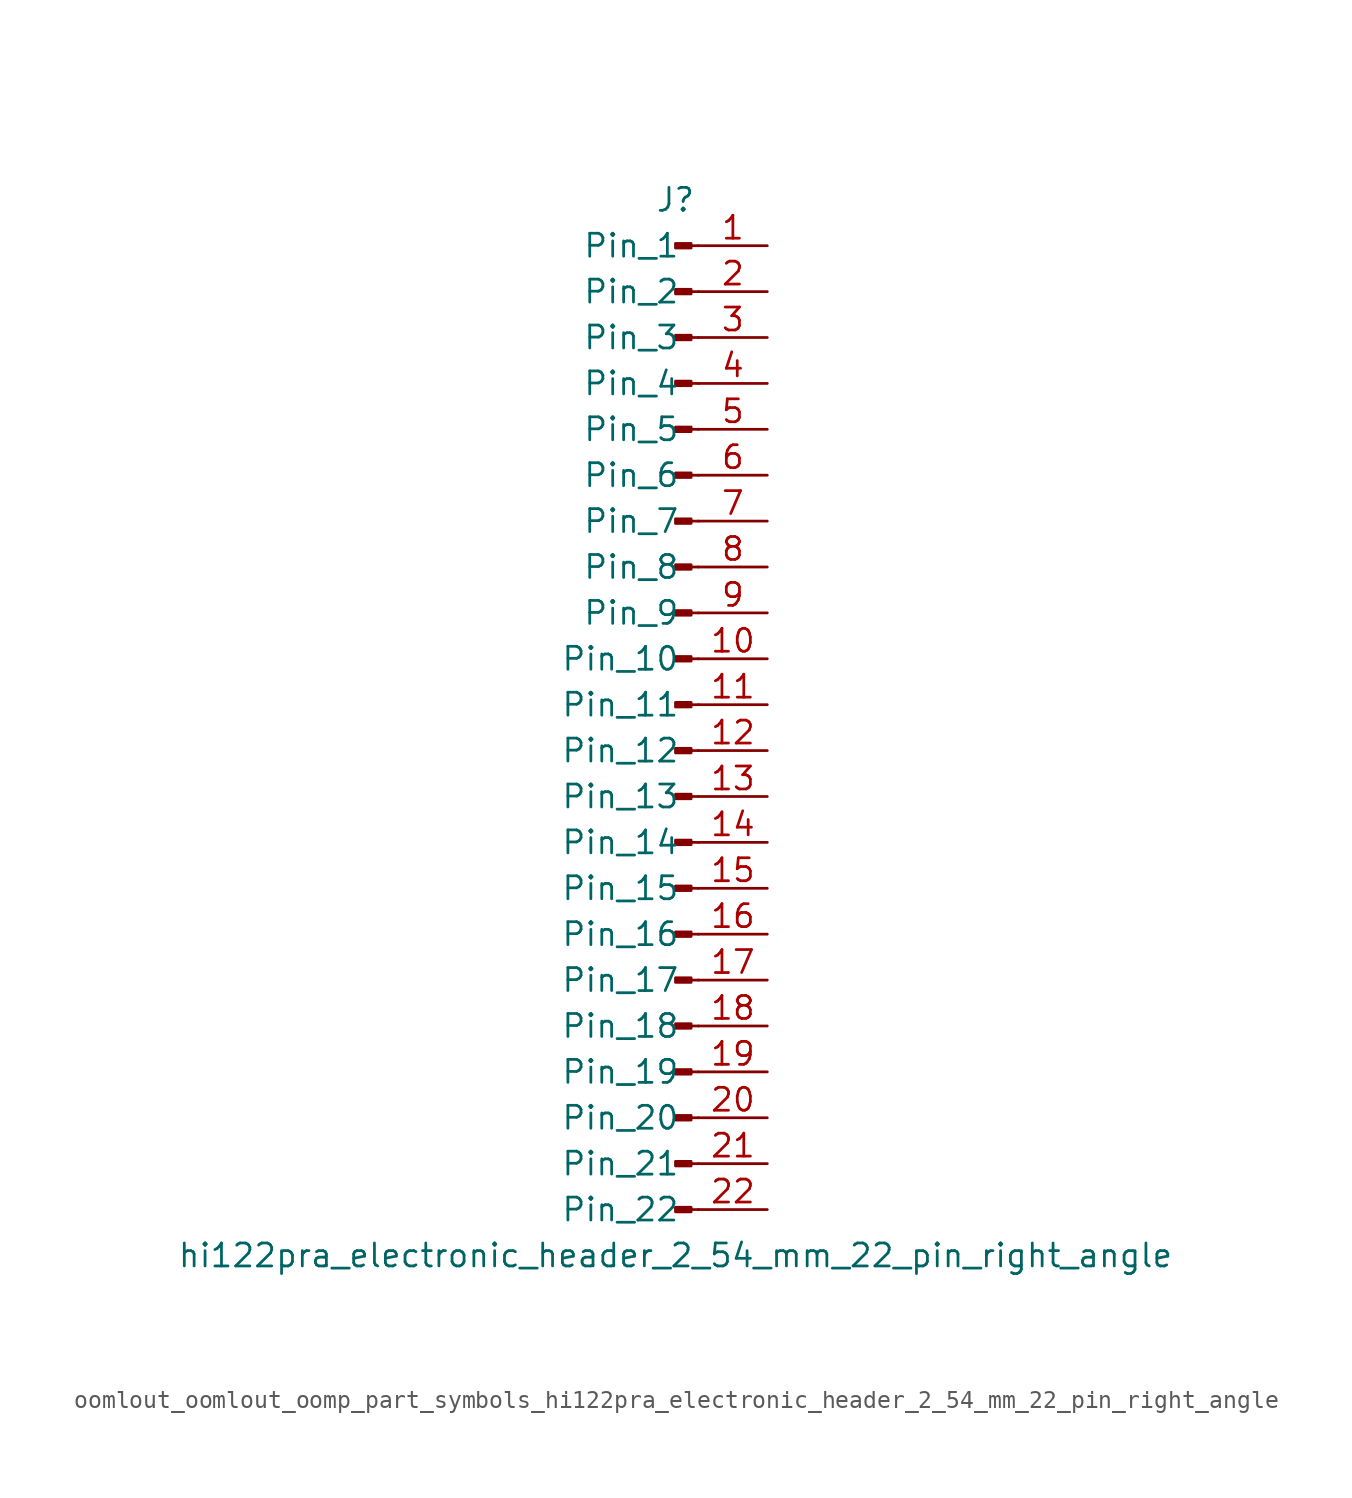
<source format=kicad_sym>
(kicad_symbol_lib
  (version 20220914)
  (generator kicad_symbol_editor)
  (symbol "oomlout_oomlout_oomp_part_symbols_hi122pra_electronic_header_2_54_mm_22_pin_right_angle"
    (pin_names
      (offset 1.016))
    (property "Reference" "J"
      (at 0 27.94 0)
      (effects (font (size 1.27 1.27))))
    (property "Value" "hi122pra_electronic_header_2_54_mm_22_pin_right_angle"
      (at 0 -30.48 0)
      (effects (font (size 1.27 1.27))))
    (property "ki_locked" ""
      (at 0 0 0)
      (effects (font (size 1.27 1.27))))
    (symbol "oomlout_oomlout_oomp_part_symbols_hi122pra_electronic_header_2_54_mm_22_pin_right_angle_1_1"
      (polyline (pts (xy 1.27 -27.94) (xy 0.864 -27.94)) (stroke (width 0.152) (type default)) (fill (type none)))
      (polyline (pts (xy 1.27 -25.4) (xy 0.864 -25.4)) (stroke (width 0.152) (type default)) (fill (type none)))
      (polyline (pts (xy 1.27 -22.86) (xy 0.864 -22.86)) (stroke (width 0.152) (type default)) (fill (type none)))
      (polyline (pts (xy 1.27 -20.32) (xy 0.864 -20.32)) (stroke (width 0.152) (type default)) (fill (type none)))
      (polyline (pts (xy 1.27 -17.78) (xy 0.864 -17.78)) (stroke (width 0.152) (type default)) (fill (type none)))
      (polyline (pts (xy 1.27 -15.24) (xy 0.864 -15.24)) (stroke (width 0.152) (type default)) (fill (type none)))
      (polyline (pts (xy 1.27 -12.7) (xy 0.864 -12.7)) (stroke (width 0.152) (type default)) (fill (type none)))
      (polyline (pts (xy 1.27 -10.16) (xy 0.864 -10.16)) (stroke (width 0.152) (type default)) (fill (type none)))
      (polyline (pts (xy 1.27 -7.62) (xy 0.864 -7.62)) (stroke (width 0.152) (type default)) (fill (type none)))
      (polyline (pts (xy 1.27 -5.08) (xy 0.864 -5.08)) (stroke (width 0.152) (type default)) (fill (type none)))
      (polyline (pts (xy 1.27 -2.54) (xy 0.864 -2.54)) (stroke (width 0.152) (type default)) (fill (type none)))
      (polyline (pts (xy 1.27 0) (xy 0.864 0)) (stroke (width 0.152) (type default)) (fill (type none)))
      (polyline (pts (xy 1.27 2.54) (xy 0.864 2.54)) (stroke (width 0.152) (type default)) (fill (type none)))
      (polyline (pts (xy 1.27 5.08) (xy 0.864 5.08)) (stroke (width 0.152) (type default)) (fill (type none)))
      (polyline (pts (xy 1.27 7.62) (xy 0.864 7.62)) (stroke (width 0.152) (type default)) (fill (type none)))
      (polyline (pts (xy 1.27 10.16) (xy 0.864 10.16)) (stroke (width 0.152) (type default)) (fill (type none)))
      (polyline (pts (xy 1.27 12.7) (xy 0.864 12.7)) (stroke (width 0.152) (type default)) (fill (type none)))
      (polyline (pts (xy 1.27 15.24) (xy 0.864 15.24)) (stroke (width 0.152) (type default)) (fill (type none)))
      (polyline (pts (xy 1.27 17.78) (xy 0.864 17.78)) (stroke (width 0.152) (type default)) (fill (type none)))
      (polyline (pts (xy 1.27 20.32) (xy 0.864 20.32)) (stroke (width 0.152) (type default)) (fill (type none)))
      (polyline (pts (xy 1.27 22.86) (xy 0.864 22.86)) (stroke (width 0.152) (type default)) (fill (type none)))
      (polyline (pts (xy 1.27 25.4) (xy 0.864 25.4)) (stroke (width 0.152) (type default)) (fill (type none)))
      (rectangle (start 0.864 -27.813) (end 0 -28.067) (stroke (width 0.152) (type default)) (fill (type outline)))
      (rectangle (start 0.864 -25.273) (end 0 -25.527) (stroke (width 0.152) (type default)) (fill (type outline)))
      (rectangle (start 0.864 -22.733) (end 0 -22.987) (stroke (width 0.152) (type default)) (fill (type outline)))
      (rectangle (start 0.864 -20.193) (end 0 -20.447) (stroke (width 0.152) (type default)) (fill (type outline)))
      (rectangle (start 0.864 -17.653) (end 0 -17.907) (stroke (width 0.152) (type default)) (fill (type outline)))
      (rectangle (start 0.864 -15.113) (end 0 -15.367) (stroke (width 0.152) (type default)) (fill (type outline)))
      (rectangle (start 0.864 -12.573) (end 0 -12.827) (stroke (width 0.152) (type default)) (fill (type outline)))
      (rectangle (start 0.864 -10.033) (end 0 -10.287) (stroke (width 0.152) (type default)) (fill (type outline)))
      (rectangle (start 0.864 -7.493) (end 0 -7.747) (stroke (width 0.152) (type default)) (fill (type outline)))
      (rectangle (start 0.864 -4.953) (end 0 -5.207) (stroke (width 0.152) (type default)) (fill (type outline)))
      (rectangle (start 0.864 -2.413) (end 0 -2.667) (stroke (width 0.152) (type default)) (fill (type outline)))
      (rectangle (start 0.864 0.127) (end 0 -0.127) (stroke (width 0.152) (type default)) (fill (type outline)))
      (rectangle (start 0.864 2.667) (end 0 2.413) (stroke (width 0.152) (type default)) (fill (type outline)))
      (rectangle (start 0.864 5.207) (end 0 4.953) (stroke (width 0.152) (type default)) (fill (type outline)))
      (rectangle (start 0.864 7.747) (end 0 7.493) (stroke (width 0.152) (type default)) (fill (type outline)))
      (rectangle (start 0.864 10.287) (end 0 10.033) (stroke (width 0.152) (type default)) (fill (type outline)))
      (rectangle (start 0.864 12.827) (end 0 12.573) (stroke (width 0.152) (type default)) (fill (type outline)))
      (rectangle (start 0.864 15.367) (end 0 15.113) (stroke (width 0.152) (type default)) (fill (type outline)))
      (rectangle (start 0.864 17.907) (end 0 17.653) (stroke (width 0.152) (type default)) (fill (type outline)))
      (rectangle (start 0.864 20.447) (end 0 20.193) (stroke (width 0.152) (type default)) (fill (type outline)))
      (rectangle (start 0.864 22.987) (end 0 22.733) (stroke (width 0.152) (type default)) (fill (type outline)))
      (rectangle (start 0.864 25.527) (end 0 25.273) (stroke (width 0.152) (type default)) (fill (type outline)))
      (pin passive line (at 5.08 25.4 180) (length 3.81) (name "Pin_1" (effects (font (size 1.27 1.27)))) (number "1" (effects (font (size 1.27 1.27)))))
      (pin passive line (at 5.08 2.54 180) (length 3.81) (name "Pin_10" (effects (font (size 1.27 1.27)))) (number "10" (effects (font (size 1.27 1.27)))))
      (pin passive line (at 5.08 0 180) (length 3.81) (name "Pin_11" (effects (font (size 1.27 1.27)))) (number "11" (effects (font (size 1.27 1.27)))))
      (pin passive line (at 5.08 -2.54 180) (length 3.81) (name "Pin_12" (effects (font (size 1.27 1.27)))) (number "12" (effects (font (size 1.27 1.27)))))
      (pin passive line (at 5.08 -5.08 180) (length 3.81) (name "Pin_13" (effects (font (size 1.27 1.27)))) (number "13" (effects (font (size 1.27 1.27)))))
      (pin passive line (at 5.08 -7.62 180) (length 3.81) (name "Pin_14" (effects (font (size 1.27 1.27)))) (number "14" (effects (font (size 1.27 1.27)))))
      (pin passive line (at 5.08 -10.16 180) (length 3.81) (name "Pin_15" (effects (font (size 1.27 1.27)))) (number "15" (effects (font (size 1.27 1.27)))))
      (pin passive line (at 5.08 -12.7 180) (length 3.81) (name "Pin_16" (effects (font (size 1.27 1.27)))) (number "16" (effects (font (size 1.27 1.27)))))
      (pin passive line (at 5.08 -15.24 180) (length 3.81) (name "Pin_17" (effects (font (size 1.27 1.27)))) (number "17" (effects (font (size 1.27 1.27)))))
      (pin passive line (at 5.08 -17.78 180) (length 3.81) (name "Pin_18" (effects (font (size 1.27 1.27)))) (number "18" (effects (font (size 1.27 1.27)))))
      (pin passive line (at 5.08 -20.32 180) (length 3.81) (name "Pin_19" (effects (font (size 1.27 1.27)))) (number "19" (effects (font (size 1.27 1.27)))))
      (pin passive line (at 5.08 22.86 180) (length 3.81) (name "Pin_2" (effects (font (size 1.27 1.27)))) (number "2" (effects (font (size 1.27 1.27)))))
      (pin passive line (at 5.08 -22.86 180) (length 3.81) (name "Pin_20" (effects (font (size 1.27 1.27)))) (number "20" (effects (font (size 1.27 1.27)))))
      (pin passive line (at 5.08 -25.4 180) (length 3.81) (name "Pin_21" (effects (font (size 1.27 1.27)))) (number "21" (effects (font (size 1.27 1.27)))))
      (pin passive line (at 5.08 -27.94 180) (length 3.81) (name "Pin_22" (effects (font (size 1.27 1.27)))) (number "22" (effects (font (size 1.27 1.27)))))
      (pin passive line (at 5.08 20.32 180) (length 3.81) (name "Pin_3" (effects (font (size 1.27 1.27)))) (number "3" (effects (font (size 1.27 1.27)))))
      (pin passive line (at 5.08 17.78 180) (length 3.81) (name "Pin_4" (effects (font (size 1.27 1.27)))) (number "4" (effects (font (size 1.27 1.27)))))
      (pin passive line (at 5.08 15.24 180) (length 3.81) (name "Pin_5" (effects (font (size 1.27 1.27)))) (number "5" (effects (font (size 1.27 1.27)))))
      (pin passive line (at 5.08 12.7 180) (length 3.81) (name "Pin_6" (effects (font (size 1.27 1.27)))) (number "6" (effects (font (size 1.27 1.27)))))
      (pin passive line (at 5.08 10.16 180) (length 3.81) (name "Pin_7" (effects (font (size 1.27 1.27)))) (number "7" (effects (font (size 1.27 1.27)))))
      (pin passive line (at 5.08 7.62 180) (length 3.81) (name "Pin_8" (effects (font (size 1.27 1.27)))) (number "8" (effects (font (size 1.27 1.27)))))
      (pin passive line (at 5.08 5.08 180) (length 3.81) (name "Pin_9" (effects (font (size 1.27 1.27)))) (number "9" (effects (font (size 1.27 1.27))))))))
</source>
